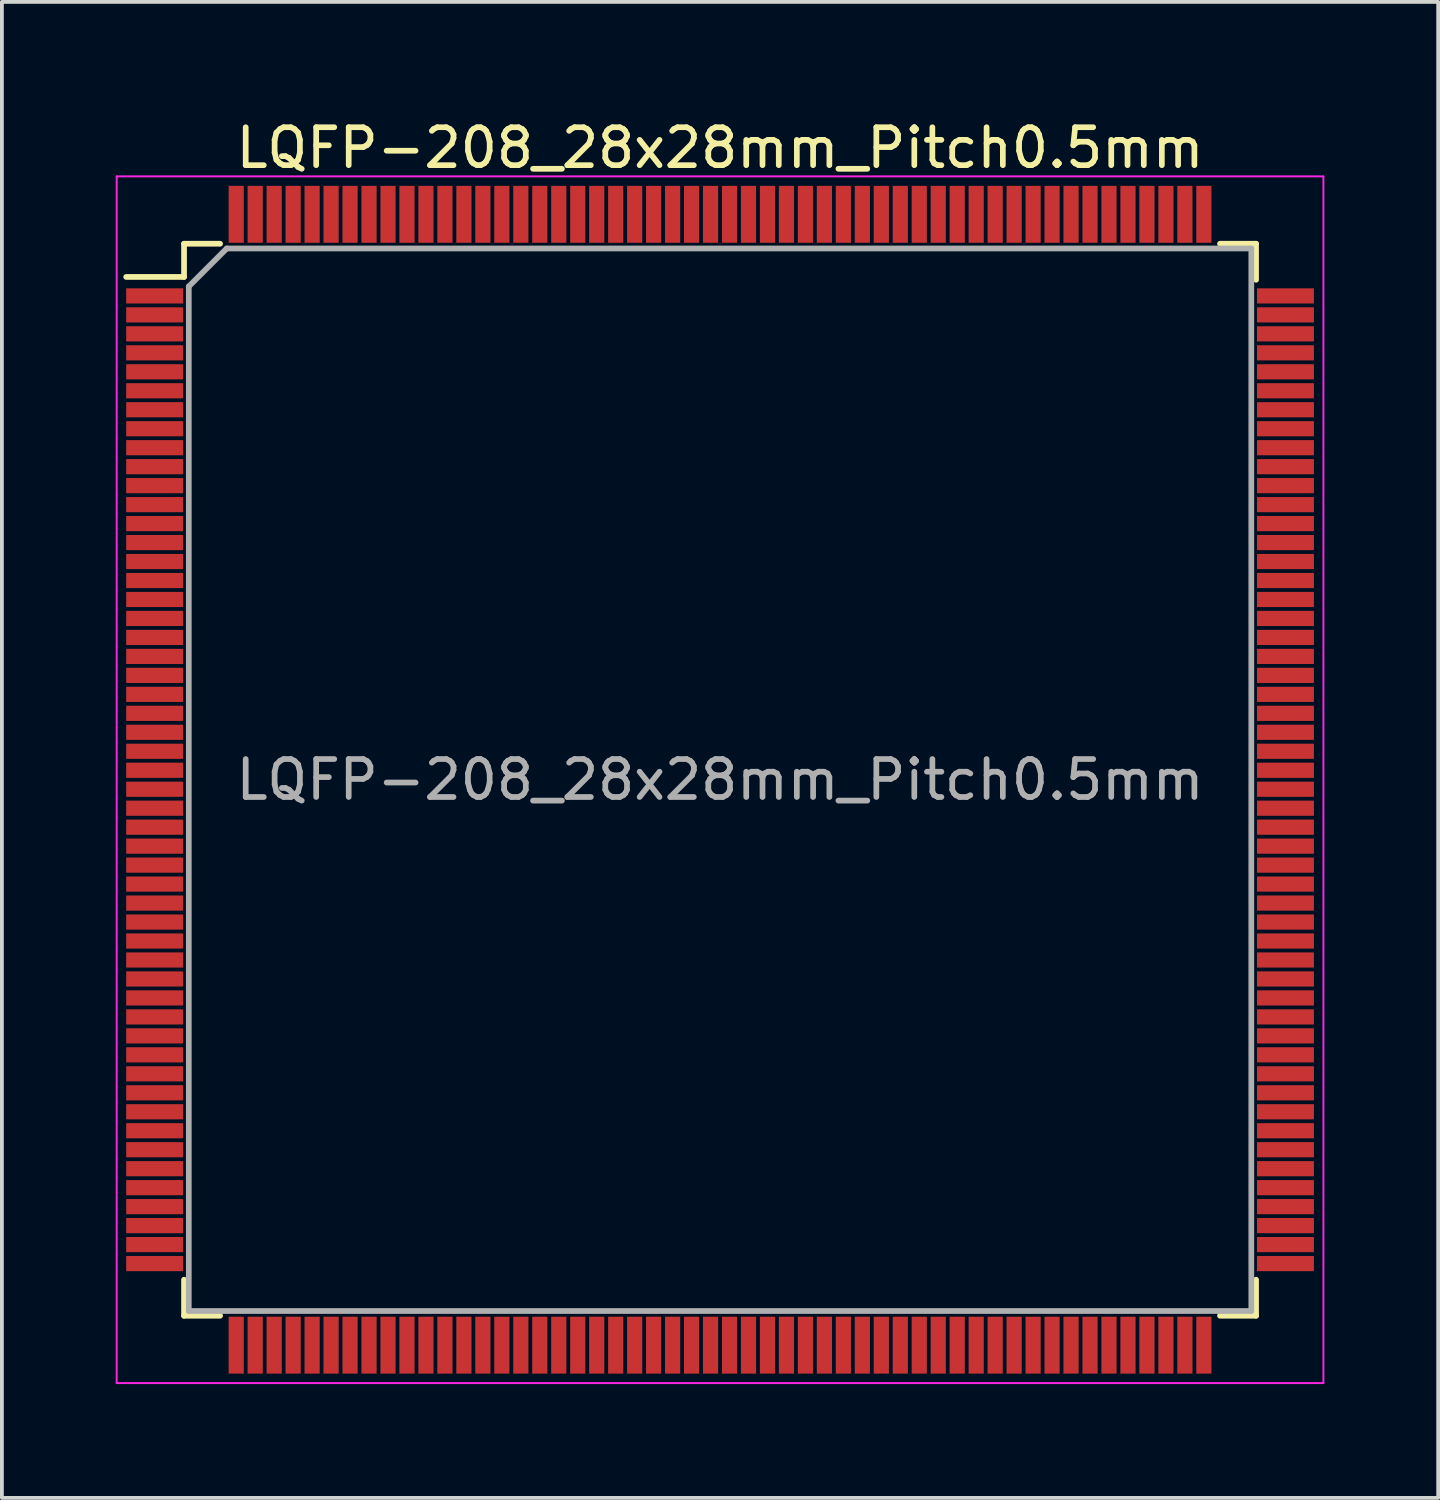
<source format=kicad_pcb>
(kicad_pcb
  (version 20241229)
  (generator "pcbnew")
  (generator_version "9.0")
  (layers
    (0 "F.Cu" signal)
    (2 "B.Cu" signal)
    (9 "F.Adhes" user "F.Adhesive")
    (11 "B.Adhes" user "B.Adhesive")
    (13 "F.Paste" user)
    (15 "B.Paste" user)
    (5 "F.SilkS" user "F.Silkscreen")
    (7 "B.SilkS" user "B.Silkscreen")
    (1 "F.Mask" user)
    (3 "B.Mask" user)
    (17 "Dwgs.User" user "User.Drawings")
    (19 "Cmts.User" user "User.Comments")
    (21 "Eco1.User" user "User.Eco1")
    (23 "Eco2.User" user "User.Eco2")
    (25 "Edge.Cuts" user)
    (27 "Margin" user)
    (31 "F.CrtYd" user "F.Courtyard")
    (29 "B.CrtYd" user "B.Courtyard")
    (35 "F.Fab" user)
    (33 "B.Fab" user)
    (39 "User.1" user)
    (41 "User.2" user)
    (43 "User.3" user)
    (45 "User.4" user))
  (footprint "LQFP-208_28x28mm_Pitch0.5mm"
    (layer "F.Cu")
    (at 15.925 17.498)
    (property "Reference" "LQFP-208_28x28mm_Pitch0.5mm" (at 0 -16.65 0) (layer "F.SilkS") (effects (font (size 1 1) (thickness 0.15))))
    (attr smd)
    (fp_line (start -14.125 -14.125) (end -14.125 -13.25) (stroke (width 0.15) (type solid)) (layer "F.SilkS"))
    (fp_line (start -14.125 -14.125) (end -13.175 -14.125) (stroke (width 0.15) (type solid)) (layer "F.SilkS"))
    (fp_line (start -14.125 -13.25) (end -15.65 -13.25) (stroke (width 0.15) (type solid)) (layer "F.SilkS"))
    (fp_line (start -14.125 14.125) (end -14.125 13.175) (stroke (width 0.15) (type solid)) (layer "F.SilkS"))
    (fp_line (start -14.125 14.125) (end -13.175 14.125) (stroke (width 0.15) (type solid)) (layer "F.SilkS"))
    (fp_line (start 14.125 -14.125) (end 13.175 -14.125) (stroke (width 0.15) (type solid)) (layer "F.SilkS"))
    (fp_line (start 14.125 -14.125) (end 14.125 -13.175) (stroke (width 0.15) (type solid)) (layer "F.SilkS"))
    (fp_line (start 14.125 14.125) (end 13.175 14.125) (stroke (width 0.15) (type solid)) (layer "F.SilkS"))
    (fp_line (start 14.125 14.125) (end 14.125 13.175) (stroke (width 0.15) (type solid)) (layer "F.SilkS"))
    (fp_line (start -15.9 -15.9) (end -15.9 15.9) (stroke (width 0.05) (type solid)) (layer "F.CrtYd"))
    (fp_line (start -15.9 -15.9) (end 15.9 -15.9) (stroke (width 0.05) (type solid)) (layer "F.CrtYd"))
    (fp_line (start -15.9 15.9) (end 15.9 15.9) (stroke (width 0.05) (type solid)) (layer "F.CrtYd"))
    (fp_line (start 15.9 -15.9) (end 15.9 15.9) (stroke (width 0.05) (type solid)) (layer "F.CrtYd"))
    (fp_line (start -14 -13) (end -13 -14) (stroke (width 0.15) (type solid)) (layer "F.Fab"))
    (fp_line (start -14 14) (end -14 -13) (stroke (width 0.15) (type solid)) (layer "F.Fab"))
    (fp_line (start -13 -14) (end 14 -14) (stroke (width 0.15) (type solid)) (layer "F.Fab"))
    (fp_line (start 14 -14) (end 14 14) (stroke (width 0.15) (type solid)) (layer "F.Fab"))
    (fp_line (start 14 14) (end -14 14) (stroke (width 0.15) (type solid)) (layer "F.Fab"))
    (fp_text user "${REFERENCE}" (at 0 0 0) (layer "F.Fab") (effects (font (size 1 1) (thickness 0.15))))
    (pad "1" smd rect (at -14.9 -12.75) (size 1.5 0.4) (layers "F.Cu" "F.Mask" "F.Paste"))
    (pad "2" smd rect (at -14.9 -12.25) (size 1.5 0.4) (layers "F.Cu" "F.Mask" "F.Paste"))
    (pad "3" smd rect (at -14.9 -11.75) (size 1.5 0.4) (layers "F.Cu" "F.Mask" "F.Paste"))
    (pad "4" smd rect (at -14.9 -11.25) (size 1.5 0.4) (layers "F.Cu" "F.Mask" "F.Paste"))
    (pad "5" smd rect (at -14.9 -10.75) (size 1.5 0.4) (layers "F.Cu" "F.Mask" "F.Paste"))
    (pad "6" smd rect (at -14.9 -10.25) (size 1.5 0.4) (layers "F.Cu" "F.Mask" "F.Paste"))
    (pad "7" smd rect (at -14.9 -9.75) (size 1.5 0.4) (layers "F.Cu" "F.Mask" "F.Paste"))
    (pad "8" smd rect (at -14.9 -9.25) (size 1.5 0.4) (layers "F.Cu" "F.Mask" "F.Paste"))
    (pad "9" smd rect (at -14.9 -8.75) (size 1.5 0.4) (layers "F.Cu" "F.Mask" "F.Paste"))
    (pad "10" smd rect (at -14.9 -8.25) (size 1.5 0.4) (layers "F.Cu" "F.Mask" "F.Paste"))
    (pad "11" smd rect (at -14.9 -7.75) (size 1.5 0.4) (layers "F.Cu" "F.Mask" "F.Paste"))
    (pad "12" smd rect (at -14.9 -7.25) (size 1.5 0.4) (layers "F.Cu" "F.Mask" "F.Paste"))
    (pad "13" smd rect (at -14.9 -6.75) (size 1.5 0.4) (layers "F.Cu" "F.Mask" "F.Paste"))
    (pad "14" smd rect (at -14.9 -6.25) (size 1.5 0.4) (layers "F.Cu" "F.Mask" "F.Paste"))
    (pad "15" smd rect (at -14.9 -5.75) (size 1.5 0.4) (layers "F.Cu" "F.Mask" "F.Paste"))
    (pad "16" smd rect (at -14.9 -5.25) (size 1.5 0.4) (layers "F.Cu" "F.Mask" "F.Paste"))
    (pad "17" smd rect (at -14.9 -4.75) (size 1.5 0.4) (layers "F.Cu" "F.Mask" "F.Paste"))
    (pad "18" smd rect (at -14.9 -4.25) (size 1.5 0.4) (layers "F.Cu" "F.Mask" "F.Paste"))
    (pad "19" smd rect (at -14.9 -3.75) (size 1.5 0.4) (layers "F.Cu" "F.Mask" "F.Paste"))
    (pad "20" smd rect (at -14.9 -3.25) (size 1.5 0.4) (layers "F.Cu" "F.Mask" "F.Paste"))
    (pad "21" smd rect (at -14.9 -2.75) (size 1.5 0.4) (layers "F.Cu" "F.Mask" "F.Paste"))
    (pad "22" smd rect (at -14.9 -2.25) (size 1.5 0.4) (layers "F.Cu" "F.Mask" "F.Paste"))
    (pad "23" smd rect (at -14.9 -1.75) (size 1.5 0.4) (layers "F.Cu" "F.Mask" "F.Paste"))
    (pad "24" smd rect (at -14.9 -1.25) (size 1.5 0.4) (layers "F.Cu" "F.Mask" "F.Paste"))
    (pad "25" smd rect (at -14.9 -0.75) (size 1.5 0.4) (layers "F.Cu" "F.Mask" "F.Paste"))
    (pad "26" smd rect (at -14.9 -0.25) (size 1.5 0.4) (layers "F.Cu" "F.Mask" "F.Paste"))
    (pad "27" smd rect (at -14.9 0.25) (size 1.5 0.4) (layers "F.Cu" "F.Mask" "F.Paste"))
    (pad "28" smd rect (at -14.9 0.75) (size 1.5 0.4) (layers "F.Cu" "F.Mask" "F.Paste"))
    (pad "29" smd rect (at -14.9 1.25) (size 1.5 0.4) (layers "F.Cu" "F.Mask" "F.Paste"))
    (pad "30" smd rect (at -14.9 1.75) (size 1.5 0.4) (layers "F.Cu" "F.Mask" "F.Paste"))
    (pad "31" smd rect (at -14.9 2.25) (size 1.5 0.4) (layers "F.Cu" "F.Mask" "F.Paste"))
    (pad "32" smd rect (at -14.9 2.75) (size 1.5 0.4) (layers "F.Cu" "F.Mask" "F.Paste"))
    (pad "33" smd rect (at -14.9 3.25) (size 1.5 0.4) (layers "F.Cu" "F.Mask" "F.Paste"))
    (pad "34" smd rect (at -14.9 3.75) (size 1.5 0.4) (layers "F.Cu" "F.Mask" "F.Paste"))
    (pad "35" smd rect (at -14.9 4.25) (size 1.5 0.4) (layers "F.Cu" "F.Mask" "F.Paste"))
    (pad "36" smd rect (at -14.9 4.75) (size 1.5 0.4) (layers "F.Cu" "F.Mask" "F.Paste"))
    (pad "37" smd rect (at -14.9 5.25) (size 1.5 0.4) (layers "F.Cu" "F.Mask" "F.Paste"))
    (pad "38" smd rect (at -14.9 5.75) (size 1.5 0.4) (layers "F.Cu" "F.Mask" "F.Paste"))
    (pad "39" smd rect (at -14.9 6.25) (size 1.5 0.4) (layers "F.Cu" "F.Mask" "F.Paste"))
    (pad "40" smd rect (at -14.9 6.75) (size 1.5 0.4) (layers "F.Cu" "F.Mask" "F.Paste"))
    (pad "41" smd rect (at -14.9 7.25) (size 1.5 0.4) (layers "F.Cu" "F.Mask" "F.Paste"))
    (pad "42" smd rect (at -14.9 7.75) (size 1.5 0.4) (layers "F.Cu" "F.Mask" "F.Paste"))
    (pad "43" smd rect (at -14.9 8.25) (size 1.5 0.4) (layers "F.Cu" "F.Mask" "F.Paste"))
    (pad "44" smd rect (at -14.9 8.75) (size 1.5 0.4) (layers "F.Cu" "F.Mask" "F.Paste"))
    (pad "45" smd rect (at -14.9 9.25) (size 1.5 0.4) (layers "F.Cu" "F.Mask" "F.Paste"))
    (pad "46" smd rect (at -14.9 9.75) (size 1.5 0.4) (layers "F.Cu" "F.Mask" "F.Paste"))
    (pad "47" smd rect (at -14.9 10.25) (size 1.5 0.4) (layers "F.Cu" "F.Mask" "F.Paste"))
    (pad "48" smd rect (at -14.9 10.75) (size 1.5 0.4) (layers "F.Cu" "F.Mask" "F.Paste"))
    (pad "49" smd rect (at -14.9 11.25) (size 1.5 0.4) (layers "F.Cu" "F.Mask" "F.Paste"))
    (pad "50" smd rect (at -14.9 11.75) (size 1.5 0.4) (layers "F.Cu" "F.Mask" "F.Paste"))
    (pad "51" smd rect (at -14.9 12.25) (size 1.5 0.4) (layers "F.Cu" "F.Mask" "F.Paste"))
    (pad "52" smd rect (at -14.9 12.75) (size 1.5 0.4) (layers "F.Cu" "F.Mask" "F.Paste"))
    (pad "53" smd rect (at -12.75 14.9 90) (size 1.5 0.4) (layers "F.Cu" "F.Mask" "F.Paste"))
    (pad "54" smd rect (at -12.25 14.9 90) (size 1.5 0.4) (layers "F.Cu" "F.Mask" "F.Paste"))
    (pad "55" smd rect (at -11.75 14.9 90) (size 1.5 0.4) (layers "F.Cu" "F.Mask" "F.Paste"))
    (pad "56" smd rect (at -11.25 14.9 90) (size 1.5 0.4) (layers "F.Cu" "F.Mask" "F.Paste"))
    (pad "57" smd rect (at -10.75 14.9 90) (size 1.5 0.4) (layers "F.Cu" "F.Mask" "F.Paste"))
    (pad "58" smd rect (at -10.25 14.9 90) (size 1.5 0.4) (layers "F.Cu" "F.Mask" "F.Paste"))
    (pad "59" smd rect (at -9.75 14.9 90) (size 1.5 0.4) (layers "F.Cu" "F.Mask" "F.Paste"))
    (pad "60" smd rect (at -9.25 14.9 90) (size 1.5 0.4) (layers "F.Cu" "F.Mask" "F.Paste"))
    (pad "61" smd rect (at -8.75 14.9 90) (size 1.5 0.4) (layers "F.Cu" "F.Mask" "F.Paste"))
    (pad "62" smd rect (at -8.25 14.9 90) (size 1.5 0.4) (layers "F.Cu" "F.Mask" "F.Paste"))
    (pad "63" smd rect (at -7.75 14.9 90) (size 1.5 0.4) (layers "F.Cu" "F.Mask" "F.Paste"))
    (pad "64" smd rect (at -7.25 14.9 90) (size 1.5 0.4) (layers "F.Cu" "F.Mask" "F.Paste"))
    (pad "65" smd rect (at -6.75 14.9 90) (size 1.5 0.4) (layers "F.Cu" "F.Mask" "F.Paste"))
    (pad "66" smd rect (at -6.25 14.9 90) (size 1.5 0.4) (layers "F.Cu" "F.Mask" "F.Paste"))
    (pad "67" smd rect (at -5.75 14.9 90) (size 1.5 0.4) (layers "F.Cu" "F.Mask" "F.Paste"))
    (pad "68" smd rect (at -5.25 14.9 90) (size 1.5 0.4) (layers "F.Cu" "F.Mask" "F.Paste"))
    (pad "69" smd rect (at -4.75 14.9 90) (size 1.5 0.4) (layers "F.Cu" "F.Mask" "F.Paste"))
    (pad "70" smd rect (at -4.25 14.9 90) (size 1.5 0.4) (layers "F.Cu" "F.Mask" "F.Paste"))
    (pad "71" smd rect (at -3.75 14.9 90) (size 1.5 0.4) (layers "F.Cu" "F.Mask" "F.Paste"))
    (pad "72" smd rect (at -3.25 14.9 90) (size 1.5 0.4) (layers "F.Cu" "F.Mask" "F.Paste"))
    (pad "73" smd rect (at -2.75 14.9 90) (size 1.5 0.4) (layers "F.Cu" "F.Mask" "F.Paste"))
    (pad "74" smd rect (at -2.25 14.9 90) (size 1.5 0.4) (layers "F.Cu" "F.Mask" "F.Paste"))
    (pad "75" smd rect (at -1.75 14.9 90) (size 1.5 0.4) (layers "F.Cu" "F.Mask" "F.Paste"))
    (pad "76" smd rect (at -1.25 14.9 90) (size 1.5 0.4) (layers "F.Cu" "F.Mask" "F.Paste"))
    (pad "77" smd rect (at -0.75 14.9 90) (size 1.5 0.4) (layers "F.Cu" "F.Mask" "F.Paste"))
    (pad "78" smd rect (at -0.25 14.9 90) (size 1.5 0.4) (layers "F.Cu" "F.Mask" "F.Paste"))
    (pad "79" smd rect (at 0.25 14.9 90) (size 1.5 0.4) (layers "F.Cu" "F.Mask" "F.Paste"))
    (pad "80" smd rect (at 0.75 14.9 90) (size 1.5 0.4) (layers "F.Cu" "F.Mask" "F.Paste"))
    (pad "81" smd rect (at 1.25 14.9 90) (size 1.5 0.4) (layers "F.Cu" "F.Mask" "F.Paste"))
    (pad "82" smd rect (at 1.75 14.9 90) (size 1.5 0.4) (layers "F.Cu" "F.Mask" "F.Paste"))
    (pad "83" smd rect (at 2.25 14.9 90) (size 1.5 0.4) (layers "F.Cu" "F.Mask" "F.Paste"))
    (pad "84" smd rect (at 2.75 14.9 90) (size 1.5 0.4) (layers "F.Cu" "F.Mask" "F.Paste"))
    (pad "85" smd rect (at 3.25 14.9 90) (size 1.5 0.4) (layers "F.Cu" "F.Mask" "F.Paste"))
    (pad "86" smd rect (at 3.75 14.9 90) (size 1.5 0.4) (layers "F.Cu" "F.Mask" "F.Paste"))
    (pad "87" smd rect (at 4.25 14.9 90) (size 1.5 0.4) (layers "F.Cu" "F.Mask" "F.Paste"))
    (pad "88" smd rect (at 4.75 14.9 90) (size 1.5 0.4) (layers "F.Cu" "F.Mask" "F.Paste"))
    (pad "89" smd rect (at 5.25 14.9 90) (size 1.5 0.4) (layers "F.Cu" "F.Mask" "F.Paste"))
    (pad "90" smd rect (at 5.75 14.9 90) (size 1.5 0.4) (layers "F.Cu" "F.Mask" "F.Paste"))
    (pad "91" smd rect (at 6.25 14.9 90) (size 1.5 0.4) (layers "F.Cu" "F.Mask" "F.Paste"))
    (pad "92" smd rect (at 6.75 14.9 90) (size 1.5 0.4) (layers "F.Cu" "F.Mask" "F.Paste"))
    (pad "93" smd rect (at 7.25 14.9 90) (size 1.5 0.4) (layers "F.Cu" "F.Mask" "F.Paste"))
    (pad "94" smd rect (at 7.75 14.9 90) (size 1.5 0.4) (layers "F.Cu" "F.Mask" "F.Paste"))
    (pad "95" smd rect (at 8.25 14.9 90) (size 1.5 0.4) (layers "F.Cu" "F.Mask" "F.Paste"))
    (pad "96" smd rect (at 8.75 14.9 90) (size 1.5 0.4) (layers "F.Cu" "F.Mask" "F.Paste"))
    (pad "97" smd rect (at 9.25 14.9 90) (size 1.5 0.4) (layers "F.Cu" "F.Mask" "F.Paste"))
    (pad "98" smd rect (at 9.75 14.9 90) (size 1.5 0.4) (layers "F.Cu" "F.Mask" "F.Paste"))
    (pad "99" smd rect (at 10.25 14.9 90) (size 1.5 0.4) (layers "F.Cu" "F.Mask" "F.Paste"))
    (pad "100" smd rect (at 10.75 14.9 90) (size 1.5 0.4) (layers "F.Cu" "F.Mask" "F.Paste"))
    (pad "101" smd rect (at 11.25 14.9 90) (size 1.5 0.4) (layers "F.Cu" "F.Mask" "F.Paste"))
    (pad "102" smd rect (at 11.75 14.9 90) (size 1.5 0.4) (layers "F.Cu" "F.Mask" "F.Paste"))
    (pad "103" smd rect (at 12.25 14.9 90) (size 1.5 0.4) (layers "F.Cu" "F.Mask" "F.Paste"))
    (pad "104" smd rect (at 12.75 14.9 90) (size 1.5 0.4) (layers "F.Cu" "F.Mask" "F.Paste"))
    (pad "105" smd rect (at 14.9 12.75) (size 1.5 0.4) (layers "F.Cu" "F.Mask" "F.Paste"))
    (pad "106" smd rect (at 14.9 12.25) (size 1.5 0.4) (layers "F.Cu" "F.Mask" "F.Paste"))
    (pad "107" smd rect (at 14.9 11.75) (size 1.5 0.4) (layers "F.Cu" "F.Mask" "F.Paste"))
    (pad "108" smd rect (at 14.9 11.25) (size 1.5 0.4) (layers "F.Cu" "F.Mask" "F.Paste"))
    (pad "109" smd rect (at 14.9 10.75) (size 1.5 0.4) (layers "F.Cu" "F.Mask" "F.Paste"))
    (pad "110" smd rect (at 14.9 10.25) (size 1.5 0.4) (layers "F.Cu" "F.Mask" "F.Paste"))
    (pad "111" smd rect (at 14.9 9.75) (size 1.5 0.4) (layers "F.Cu" "F.Mask" "F.Paste"))
    (pad "112" smd rect (at 14.9 9.25) (size 1.5 0.4) (layers "F.Cu" "F.Mask" "F.Paste"))
    (pad "113" smd rect (at 14.9 8.75) (size 1.5 0.4) (layers "F.Cu" "F.Mask" "F.Paste"))
    (pad "114" smd rect (at 14.9 8.25) (size 1.5 0.4) (layers "F.Cu" "F.Mask" "F.Paste"))
    (pad "115" smd rect (at 14.9 7.75) (size 1.5 0.4) (layers "F.Cu" "F.Mask" "F.Paste"))
    (pad "116" smd rect (at 14.9 7.25) (size 1.5 0.4) (layers "F.Cu" "F.Mask" "F.Paste"))
    (pad "117" smd rect (at 14.9 6.75) (size 1.5 0.4) (layers "F.Cu" "F.Mask" "F.Paste"))
    (pad "118" smd rect (at 14.9 6.25) (size 1.5 0.4) (layers "F.Cu" "F.Mask" "F.Paste"))
    (pad "119" smd rect (at 14.9 5.75) (size 1.5 0.4) (layers "F.Cu" "F.Mask" "F.Paste"))
    (pad "120" smd rect (at 14.9 5.25) (size 1.5 0.4) (layers "F.Cu" "F.Mask" "F.Paste"))
    (pad "121" smd rect (at 14.9 4.75) (size 1.5 0.4) (layers "F.Cu" "F.Mask" "F.Paste"))
    (pad "122" smd rect (at 14.9 4.25) (size 1.5 0.4) (layers "F.Cu" "F.Mask" "F.Paste"))
    (pad "123" smd rect (at 14.9 3.75) (size 1.5 0.4) (layers "F.Cu" "F.Mask" "F.Paste"))
    (pad "124" smd rect (at 14.9 3.25) (size 1.5 0.4) (layers "F.Cu" "F.Mask" "F.Paste"))
    (pad "125" smd rect (at 14.9 2.75) (size 1.5 0.4) (layers "F.Cu" "F.Mask" "F.Paste"))
    (pad "126" smd rect (at 14.9 2.25) (size 1.5 0.4) (layers "F.Cu" "F.Mask" "F.Paste"))
    (pad "127" smd rect (at 14.9 1.75) (size 1.5 0.4) (layers "F.Cu" "F.Mask" "F.Paste"))
    (pad "128" smd rect (at 14.9 1.25) (size 1.5 0.4) (layers "F.Cu" "F.Mask" "F.Paste"))
    (pad "129" smd rect (at 14.9 0.75) (size 1.5 0.4) (layers "F.Cu" "F.Mask" "F.Paste"))
    (pad "130" smd rect (at 14.9 0.25) (size 1.5 0.4) (layers "F.Cu" "F.Mask" "F.Paste"))
    (pad "131" smd rect (at 14.9 -0.25) (size 1.5 0.4) (layers "F.Cu" "F.Mask" "F.Paste"))
    (pad "132" smd rect (at 14.9 -0.75) (size 1.5 0.4) (layers "F.Cu" "F.Mask" "F.Paste"))
    (pad "133" smd rect (at 14.9 -1.25) (size 1.5 0.4) (layers "F.Cu" "F.Mask" "F.Paste"))
    (pad "134" smd rect (at 14.9 -1.75) (size 1.5 0.4) (layers "F.Cu" "F.Mask" "F.Paste"))
    (pad "135" smd rect (at 14.9 -2.25) (size 1.5 0.4) (layers "F.Cu" "F.Mask" "F.Paste"))
    (pad "136" smd rect (at 14.9 -2.75) (size 1.5 0.4) (layers "F.Cu" "F.Mask" "F.Paste"))
    (pad "137" smd rect (at 14.9 -3.25) (size 1.5 0.4) (layers "F.Cu" "F.Mask" "F.Paste"))
    (pad "138" smd rect (at 14.9 -3.75) (size 1.5 0.4) (layers "F.Cu" "F.Mask" "F.Paste"))
    (pad "139" smd rect (at 14.9 -4.25) (size 1.5 0.4) (layers "F.Cu" "F.Mask" "F.Paste"))
    (pad "140" smd rect (at 14.9 -4.75) (size 1.5 0.4) (layers "F.Cu" "F.Mask" "F.Paste"))
    (pad "141" smd rect (at 14.9 -5.25) (size 1.5 0.4) (layers "F.Cu" "F.Mask" "F.Paste"))
    (pad "142" smd rect (at 14.9 -5.75) (size 1.5 0.4) (layers "F.Cu" "F.Mask" "F.Paste"))
    (pad "143" smd rect (at 14.9 -6.25) (size 1.5 0.4) (layers "F.Cu" "F.Mask" "F.Paste"))
    (pad "144" smd rect (at 14.9 -6.75) (size 1.5 0.4) (layers "F.Cu" "F.Mask" "F.Paste"))
    (pad "145" smd rect (at 14.9 -7.25) (size 1.5 0.4) (layers "F.Cu" "F.Mask" "F.Paste"))
    (pad "146" smd rect (at 14.9 -7.75) (size 1.5 0.4) (layers "F.Cu" "F.Mask" "F.Paste"))
    (pad "147" smd rect (at 14.9 -8.25) (size 1.5 0.4) (layers "F.Cu" "F.Mask" "F.Paste"))
    (pad "148" smd rect (at 14.9 -8.75) (size 1.5 0.4) (layers "F.Cu" "F.Mask" "F.Paste"))
    (pad "149" smd rect (at 14.9 -9.25) (size 1.5 0.4) (layers "F.Cu" "F.Mask" "F.Paste"))
    (pad "150" smd rect (at 14.9 -9.75) (size 1.5 0.4) (layers "F.Cu" "F.Mask" "F.Paste"))
    (pad "151" smd rect (at 14.9 -10.25) (size 1.5 0.4) (layers "F.Cu" "F.Mask" "F.Paste"))
    (pad "152" smd rect (at 14.9 -10.75) (size 1.5 0.4) (layers "F.Cu" "F.Mask" "F.Paste"))
    (pad "153" smd rect (at 14.9 -11.25) (size 1.5 0.4) (layers "F.Cu" "F.Mask" "F.Paste"))
    (pad "154" smd rect (at 14.9 -11.75) (size 1.5 0.4) (layers "F.Cu" "F.Mask" "F.Paste"))
    (pad "155" smd rect (at 14.9 -12.25) (size 1.5 0.4) (layers "F.Cu" "F.Mask" "F.Paste"))
    (pad "156" smd rect (at 14.9 -12.75) (size 1.5 0.4) (layers "F.Cu" "F.Mask" "F.Paste"))
    (pad "157" smd rect (at 12.75 -14.9 90) (size 1.5 0.4) (layers "F.Cu" "F.Mask" "F.Paste"))
    (pad "158" smd rect (at 12.25 -14.9 90) (size 1.5 0.4) (layers "F.Cu" "F.Mask" "F.Paste"))
    (pad "159" smd rect (at 11.75 -14.9 90) (size 1.5 0.4) (layers "F.Cu" "F.Mask" "F.Paste"))
    (pad "160" smd rect (at 11.25 -14.9 90) (size 1.5 0.4) (layers "F.Cu" "F.Mask" "F.Paste"))
    (pad "161" smd rect (at 10.75 -14.9 90) (size 1.5 0.4) (layers "F.Cu" "F.Mask" "F.Paste"))
    (pad "162" smd rect (at 10.25 -14.9 90) (size 1.5 0.4) (layers "F.Cu" "F.Mask" "F.Paste"))
    (pad "163" smd rect (at 9.75 -14.9 90) (size 1.5 0.4) (layers "F.Cu" "F.Mask" "F.Paste"))
    (pad "164" smd rect (at 9.25 -14.9 90) (size 1.5 0.4) (layers "F.Cu" "F.Mask" "F.Paste"))
    (pad "165" smd rect (at 8.75 -14.9 90) (size 1.5 0.4) (layers "F.Cu" "F.Mask" "F.Paste"))
    (pad "166" smd rect (at 8.25 -14.9 90) (size 1.5 0.4) (layers "F.Cu" "F.Mask" "F.Paste"))
    (pad "167" smd rect (at 7.75 -14.9 90) (size 1.5 0.4) (layers "F.Cu" "F.Mask" "F.Paste"))
    (pad "168" smd rect (at 7.25 -14.9 90) (size 1.5 0.4) (layers "F.Cu" "F.Mask" "F.Paste"))
    (pad "169" smd rect (at 6.75 -14.9 90) (size 1.5 0.4) (layers "F.Cu" "F.Mask" "F.Paste"))
    (pad "170" smd rect (at 6.25 -14.9 90) (size 1.5 0.4) (layers "F.Cu" "F.Mask" "F.Paste"))
    (pad "171" smd rect (at 5.75 -14.9 90) (size 1.5 0.4) (layers "F.Cu" "F.Mask" "F.Paste"))
    (pad "172" smd rect (at 5.25 -14.9 90) (size 1.5 0.4) (layers "F.Cu" "F.Mask" "F.Paste"))
    (pad "173" smd rect (at 4.75 -14.9 90) (size 1.5 0.4) (layers "F.Cu" "F.Mask" "F.Paste"))
    (pad "174" smd rect (at 4.25 -14.9 90) (size 1.5 0.4) (layers "F.Cu" "F.Mask" "F.Paste"))
    (pad "175" smd rect (at 3.75 -14.9 90) (size 1.5 0.4) (layers "F.Cu" "F.Mask" "F.Paste"))
    (pad "176" smd rect (at 3.25 -14.9 90) (size 1.5 0.4) (layers "F.Cu" "F.Mask" "F.Paste"))
    (pad "177" smd rect (at 2.75 -14.9 90) (size 1.5 0.4) (layers "F.Cu" "F.Mask" "F.Paste"))
    (pad "178" smd rect (at 2.25 -14.9 90) (size 1.5 0.4) (layers "F.Cu" "F.Mask" "F.Paste"))
    (pad "179" smd rect (at 1.75 -14.9 90) (size 1.5 0.4) (layers "F.Cu" "F.Mask" "F.Paste"))
    (pad "180" smd rect (at 1.25 -14.9 90) (size 1.5 0.4) (layers "F.Cu" "F.Mask" "F.Paste"))
    (pad "181" smd rect (at 0.75 -14.9 90) (size 1.5 0.4) (layers "F.Cu" "F.Mask" "F.Paste"))
    (pad "182" smd rect (at 0.25 -14.9 90) (size 1.5 0.4) (layers "F.Cu" "F.Mask" "F.Paste"))
    (pad "183" smd rect (at -0.25 -14.9 90) (size 1.5 0.4) (layers "F.Cu" "F.Mask" "F.Paste"))
    (pad "184" smd rect (at -0.75 -14.9 90) (size 1.5 0.4) (layers "F.Cu" "F.Mask" "F.Paste"))
    (pad "185" smd rect (at -1.25 -14.9 90) (size 1.5 0.4) (layers "F.Cu" "F.Mask" "F.Paste"))
    (pad "186" smd rect (at -1.75 -14.9 90) (size 1.5 0.4) (layers "F.Cu" "F.Mask" "F.Paste"))
    (pad "187" smd rect (at -2.25 -14.9 90) (size 1.5 0.4) (layers "F.Cu" "F.Mask" "F.Paste"))
    (pad "188" smd rect (at -2.75 -14.9 90) (size 1.5 0.4) (layers "F.Cu" "F.Mask" "F.Paste"))
    (pad "189" smd rect (at -3.25 -14.9 90) (size 1.5 0.4) (layers "F.Cu" "F.Mask" "F.Paste"))
    (pad "190" smd rect (at -3.75 -14.9 90) (size 1.5 0.4) (layers "F.Cu" "F.Mask" "F.Paste"))
    (pad "191" smd rect (at -4.25 -14.9 90) (size 1.5 0.4) (layers "F.Cu" "F.Mask" "F.Paste"))
    (pad "192" smd rect (at -4.75 -14.9 90) (size 1.5 0.4) (layers "F.Cu" "F.Mask" "F.Paste"))
    (pad "193" smd rect (at -5.25 -14.9 90) (size 1.5 0.4) (layers "F.Cu" "F.Mask" "F.Paste"))
    (pad "194" smd rect (at -5.75 -14.9 90) (size 1.5 0.4) (layers "F.Cu" "F.Mask" "F.Paste"))
    (pad "195" smd rect (at -6.25 -14.9 90) (size 1.5 0.4) (layers "F.Cu" "F.Mask" "F.Paste"))
    (pad "196" smd rect (at -6.75 -14.9 90) (size 1.5 0.4) (layers "F.Cu" "F.Mask" "F.Paste"))
    (pad "197" smd rect (at -7.25 -14.9 90) (size 1.5 0.4) (layers "F.Cu" "F.Mask" "F.Paste"))
    (pad "198" smd rect (at -7.75 -14.9 90) (size 1.5 0.4) (layers "F.Cu" "F.Mask" "F.Paste"))
    (pad "199" smd rect (at -8.25 -14.9 90) (size 1.5 0.4) (layers "F.Cu" "F.Mask" "F.Paste"))
    (pad "200" smd rect (at -8.75 -14.9 90) (size 1.5 0.4) (layers "F.Cu" "F.Mask" "F.Paste"))
    (pad "201" smd rect (at -9.25 -14.9 90) (size 1.5 0.4) (layers "F.Cu" "F.Mask" "F.Paste"))
    (pad "202" smd rect (at -9.75 -14.9 90) (size 1.5 0.4) (layers "F.Cu" "F.Mask" "F.Paste"))
    (pad "203" smd rect (at -10.25 -14.9 90) (size 1.5 0.4) (layers "F.Cu" "F.Mask" "F.Paste"))
    (pad "204" smd rect (at -10.75 -14.9 90) (size 1.5 0.4) (layers "F.Cu" "F.Mask" "F.Paste"))
    (pad "205" smd rect (at -11.25 -14.9 90) (size 1.5 0.4) (layers "F.Cu" "F.Mask" "F.Paste"))
    (pad "206" smd rect (at -11.75 -14.9 90) (size 1.5 0.4) (layers "F.Cu" "F.Mask" "F.Paste"))
    (pad "207" smd rect (at -12.25 -14.9 90) (size 1.5 0.4) (layers "F.Cu" "F.Mask" "F.Paste"))
    (pad "208" smd rect (at -12.75 -14.9 90) (size 1.5 0.4) (layers "F.Cu" "F.Mask" "F.Paste")))
  (gr_rect
    (start -3 -3)
    (end 34.85 36.423)
    (stroke (width 0.1) (type default))
    (fill no)
    (layer "Edge.Cuts")))
</source>
